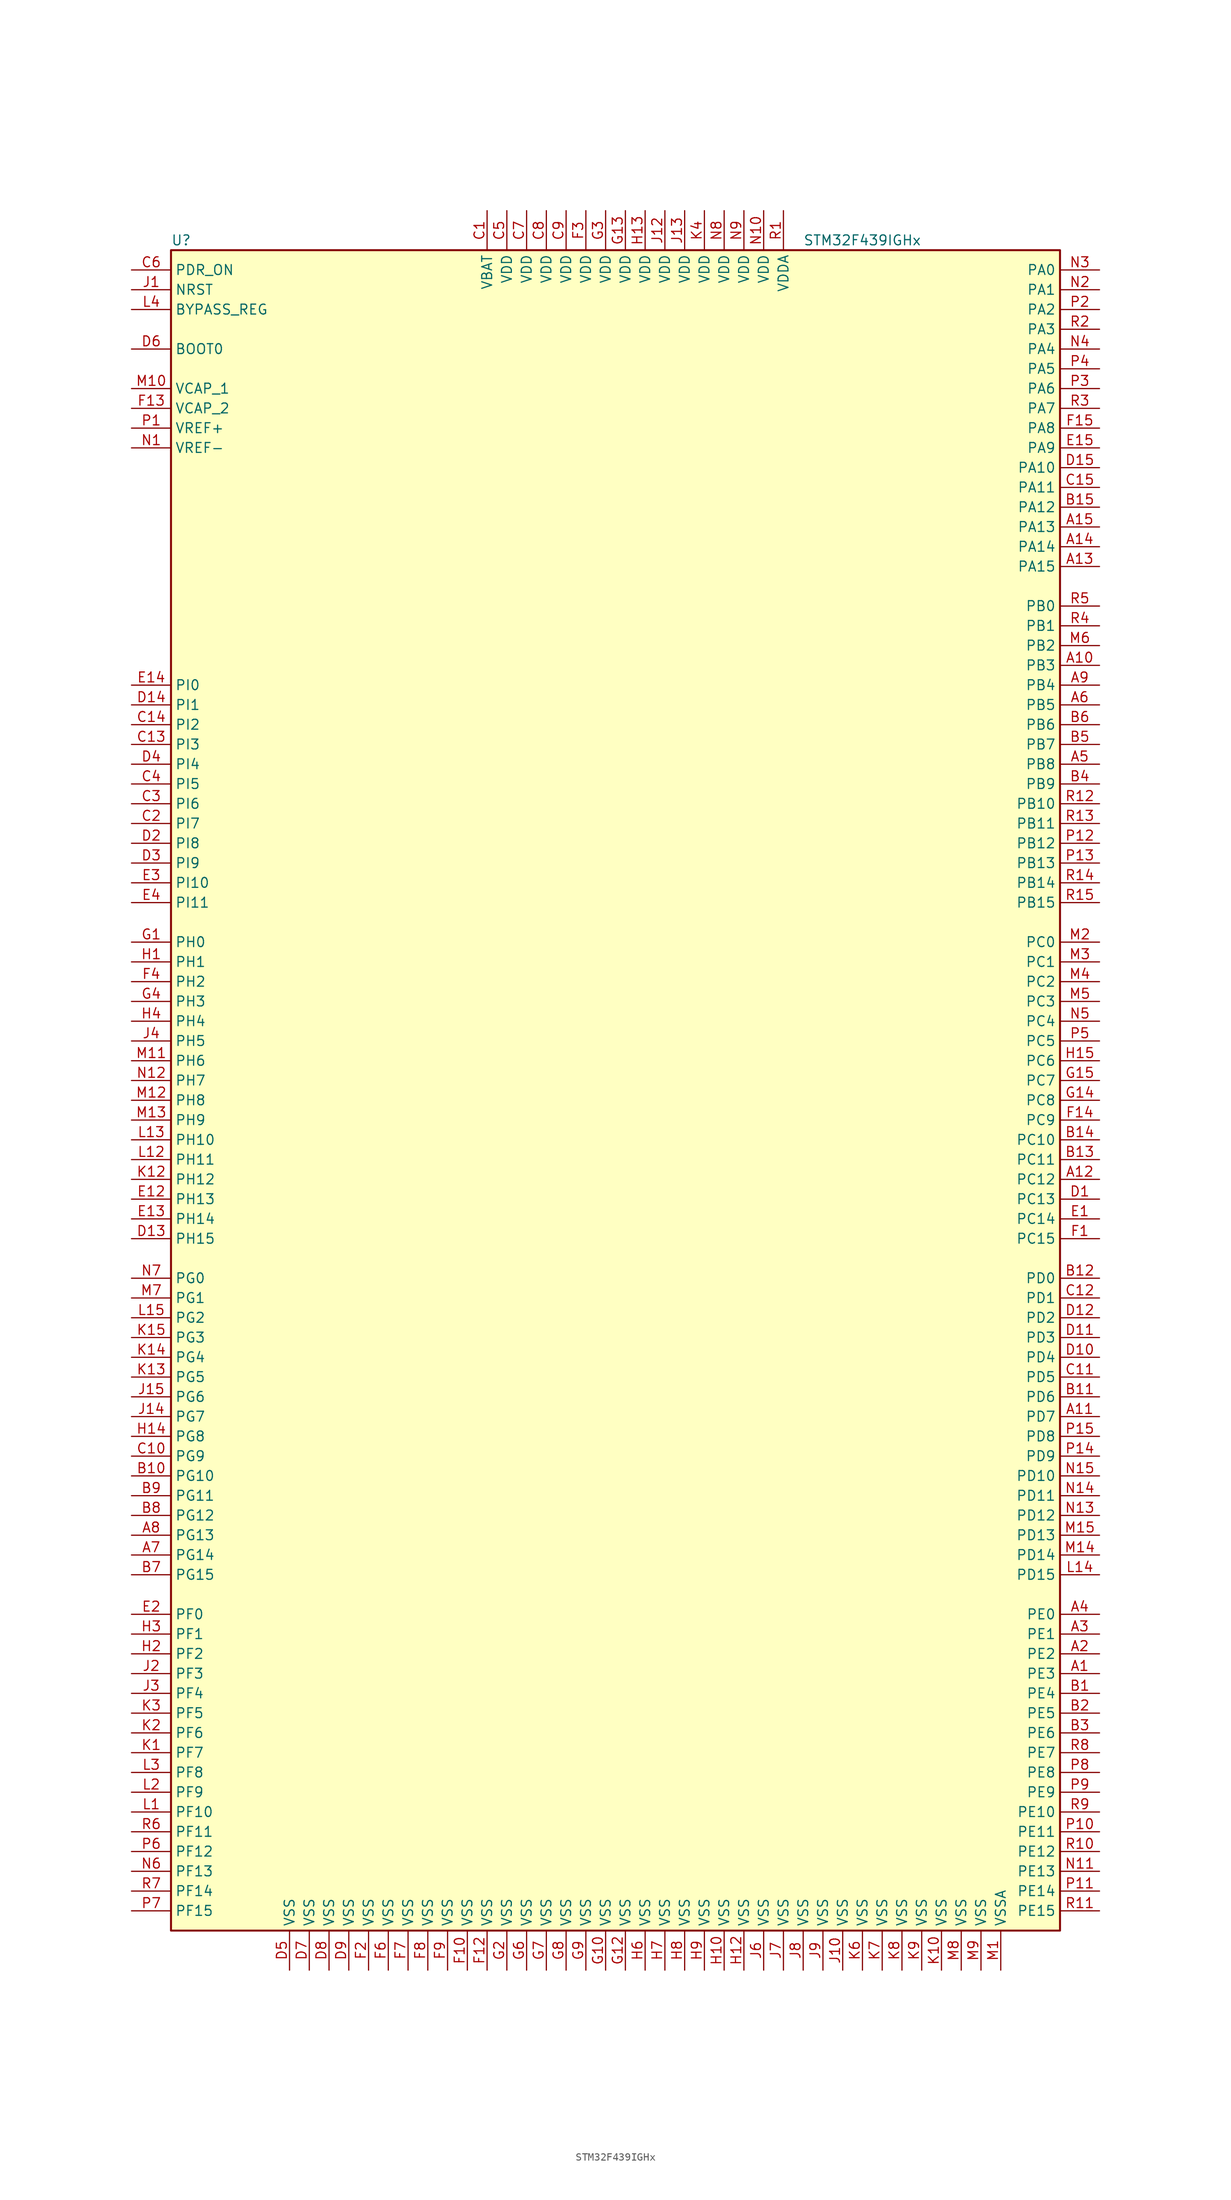
<source format=kicad_sym>
(kicad_symbol_lib
  (version 20201005)
  (generator kicad_symbol_editor)
  (symbol "STM32F439IGHx"
    (property "Reference" "U"
      (at -58.42 107.95 0)
      (effects (font (size 1.27 1.27)) (justify left)))
    (property "Value" "STM32F439IGHx"
      (at 22.86 107.95 0)
      (effects (font (size 1.27 1.27)) (justify left)))
    (symbol "STM32F439IGHx_0_1"
      (rectangle (start -58.42 -109.22) (end 55.88 106.68) (stroke (width 0.254)) (fill (type background))))
    (symbol "STM32F439IGHx_1_1"
      (pin bidirectional line (at 60.96 -76.2 180) (length 5.08) (name "PE3" (effects (font (size 1.27 1.27)))) (number "A1" (effects (font (size 1.27 1.27)))))
      (pin bidirectional line (at 60.96 53.34 180) (length 5.08) (name "PB3" (effects (font (size 1.27 1.27)))) (number "A10" (effects (font (size 1.27 1.27)))))
      (pin bidirectional line (at 60.96 -43.18 180) (length 5.08) (name "PD7" (effects (font (size 1.27 1.27)))) (number "A11" (effects (font (size 1.27 1.27)))))
      (pin bidirectional line (at 60.96 -12.7 180) (length 5.08) (name "PC12" (effects (font (size 1.27 1.27)))) (number "A12" (effects (font (size 1.27 1.27)))))
      (pin bidirectional line (at 60.96 66.04 180) (length 5.08) (name "PA15" (effects (font (size 1.27 1.27)))) (number "A13" (effects (font (size 1.27 1.27)))))
      (pin bidirectional line (at 60.96 68.58 180) (length 5.08) (name "PA14" (effects (font (size 1.27 1.27)))) (number "A14" (effects (font (size 1.27 1.27)))))
      (pin bidirectional line (at 60.96 71.12 180) (length 5.08) (name "PA13" (effects (font (size 1.27 1.27)))) (number "A15" (effects (font (size 1.27 1.27)))))
      (pin bidirectional line (at 60.96 -73.66 180) (length 5.08) (name "PE2" (effects (font (size 1.27 1.27)))) (number "A2" (effects (font (size 1.27 1.27)))))
      (pin bidirectional line (at 60.96 -71.12 180) (length 5.08) (name "PE1" (effects (font (size 1.27 1.27)))) (number "A3" (effects (font (size 1.27 1.27)))))
      (pin bidirectional line (at 60.96 -68.58 180) (length 5.08) (name "PE0" (effects (font (size 1.27 1.27)))) (number "A4" (effects (font (size 1.27 1.27)))))
      (pin bidirectional line (at 60.96 40.64 180) (length 5.08) (name "PB8" (effects (font (size 1.27 1.27)))) (number "A5" (effects (font (size 1.27 1.27)))))
      (pin bidirectional line (at 60.96 48.26 180) (length 5.08) (name "PB5" (effects (font (size 1.27 1.27)))) (number "A6" (effects (font (size 1.27 1.27)))))
      (pin bidirectional line (at -63.5 -60.96 0) (length 5.08) (name "PG14" (effects (font (size 1.27 1.27)))) (number "A7" (effects (font (size 1.27 1.27)))))
      (pin bidirectional line (at -63.5 -58.42 0) (length 5.08) (name "PG13" (effects (font (size 1.27 1.27)))) (number "A8" (effects (font (size 1.27 1.27)))))
      (pin bidirectional line (at 60.96 50.8 180) (length 5.08) (name "PB4" (effects (font (size 1.27 1.27)))) (number "A9" (effects (font (size 1.27 1.27)))))
      (pin bidirectional line (at 60.96 -78.74 180) (length 5.08) (name "PE4" (effects (font (size 1.27 1.27)))) (number "B1" (effects (font (size 1.27 1.27)))))
      (pin bidirectional line (at -63.5 -50.8 0) (length 5.08) (name "PG10" (effects (font (size 1.27 1.27)))) (number "B10" (effects (font (size 1.27 1.27)))))
      (pin bidirectional line (at 60.96 -40.64 180) (length 5.08) (name "PD6" (effects (font (size 1.27 1.27)))) (number "B11" (effects (font (size 1.27 1.27)))))
      (pin bidirectional line (at 60.96 -25.4 180) (length 5.08) (name "PD0" (effects (font (size 1.27 1.27)))) (number "B12" (effects (font (size 1.27 1.27)))))
      (pin bidirectional line (at 60.96 -10.16 180) (length 5.08) (name "PC11" (effects (font (size 1.27 1.27)))) (number "B13" (effects (font (size 1.27 1.27)))))
      (pin bidirectional line (at 60.96 -7.62 180) (length 5.08) (name "PC10" (effects (font (size 1.27 1.27)))) (number "B14" (effects (font (size 1.27 1.27)))))
      (pin bidirectional line (at 60.96 73.66 180) (length 5.08) (name "PA12" (effects (font (size 1.27 1.27)))) (number "B15" (effects (font (size 1.27 1.27)))))
      (pin bidirectional line (at 60.96 -81.28 180) (length 5.08) (name "PE5" (effects (font (size 1.27 1.27)))) (number "B2" (effects (font (size 1.27 1.27)))))
      (pin bidirectional line (at 60.96 -83.82 180) (length 5.08) (name "PE6" (effects (font (size 1.27 1.27)))) (number "B3" (effects (font (size 1.27 1.27)))))
      (pin bidirectional line (at 60.96 38.1 180) (length 5.08) (name "PB9" (effects (font (size 1.27 1.27)))) (number "B4" (effects (font (size 1.27 1.27)))))
      (pin bidirectional line (at 60.96 43.18 180) (length 5.08) (name "PB7" (effects (font (size 1.27 1.27)))) (number "B5" (effects (font (size 1.27 1.27)))))
      (pin bidirectional line (at 60.96 45.72 180) (length 5.08) (name "PB6" (effects (font (size 1.27 1.27)))) (number "B6" (effects (font (size 1.27 1.27)))))
      (pin bidirectional line (at -63.5 -63.5 0) (length 5.08) (name "PG15" (effects (font (size 1.27 1.27)))) (number "B7" (effects (font (size 1.27 1.27)))))
      (pin bidirectional line (at -63.5 -55.88 0) (length 5.08) (name "PG12" (effects (font (size 1.27 1.27)))) (number "B8" (effects (font (size 1.27 1.27)))))
      (pin bidirectional line (at -63.5 -53.34 0) (length 5.08) (name "PG11" (effects (font (size 1.27 1.27)))) (number "B9" (effects (font (size 1.27 1.27)))))
      (pin power_in line (at -17.78 111.76 270) (length 5.08) (name "VBAT" (effects (font (size 1.27 1.27)))) (number "C1" (effects (font (size 1.27 1.27)))))
      (pin bidirectional line (at -63.5 -48.26 0) (length 5.08) (name "PG9" (effects (font (size 1.27 1.27)))) (number "C10" (effects (font (size 1.27 1.27)))))
      (pin bidirectional line (at 60.96 -38.1 180) (length 5.08) (name "PD5" (effects (font (size 1.27 1.27)))) (number "C11" (effects (font (size 1.27 1.27)))))
      (pin bidirectional line (at 60.96 -27.94 180) (length 5.08) (name "PD1" (effects (font (size 1.27 1.27)))) (number "C12" (effects (font (size 1.27 1.27)))))
      (pin bidirectional line (at -63.5 43.18 0) (length 5.08) (name "PI3" (effects (font (size 1.27 1.27)))) (number "C13" (effects (font (size 1.27 1.27)))))
      (pin bidirectional line (at -63.5 45.72 0) (length 5.08) (name "PI2" (effects (font (size 1.27 1.27)))) (number "C14" (effects (font (size 1.27 1.27)))))
      (pin bidirectional line (at 60.96 76.2 180) (length 5.08) (name "PA11" (effects (font (size 1.27 1.27)))) (number "C15" (effects (font (size 1.27 1.27)))))
      (pin bidirectional line (at -63.5 33.02 0) (length 5.08) (name "PI7" (effects (font (size 1.27 1.27)))) (number "C2" (effects (font (size 1.27 1.27)))))
      (pin bidirectional line (at -63.5 35.56 0) (length 5.08) (name "PI6" (effects (font (size 1.27 1.27)))) (number "C3" (effects (font (size 1.27 1.27)))))
      (pin bidirectional line (at -63.5 38.1 0) (length 5.08) (name "PI5" (effects (font (size 1.27 1.27)))) (number "C4" (effects (font (size 1.27 1.27)))))
      (pin power_in line (at -15.24 111.76 270) (length 5.08) (name "VDD" (effects (font (size 1.27 1.27)))) (number "C5" (effects (font (size 1.27 1.27)))))
      (pin input line (at -63.5 104.14 0) (length 5.08) (name "PDR_ON" (effects (font (size 1.27 1.27)))) (number "C6" (effects (font (size 1.27 1.27)))))
      (pin power_in line (at -12.7 111.76 270) (length 5.08) (name "VDD" (effects (font (size 1.27 1.27)))) (number "C7" (effects (font (size 1.27 1.27)))))
      (pin power_in line (at -10.16 111.76 270) (length 5.08) (name "VDD" (effects (font (size 1.27 1.27)))) (number "C8" (effects (font (size 1.27 1.27)))))
      (pin power_in line (at -7.62 111.76 270) (length 5.08) (name "VDD" (effects (font (size 1.27 1.27)))) (number "C9" (effects (font (size 1.27 1.27)))))
      (pin bidirectional line (at 60.96 -15.24 180) (length 5.08) (name "PC13" (effects (font (size 1.27 1.27)))) (number "D1" (effects (font (size 1.27 1.27)))))
      (pin bidirectional line (at 60.96 -35.56 180) (length 5.08) (name "PD4" (effects (font (size 1.27 1.27)))) (number "D10" (effects (font (size 1.27 1.27)))))
      (pin bidirectional line (at 60.96 -33.02 180) (length 5.08) (name "PD3" (effects (font (size 1.27 1.27)))) (number "D11" (effects (font (size 1.27 1.27)))))
      (pin bidirectional line (at 60.96 -30.48 180) (length 5.08) (name "PD2" (effects (font (size 1.27 1.27)))) (number "D12" (effects (font (size 1.27 1.27)))))
      (pin bidirectional line (at -63.5 -20.32 0) (length 5.08) (name "PH15" (effects (font (size 1.27 1.27)))) (number "D13" (effects (font (size 1.27 1.27)))))
      (pin bidirectional line (at -63.5 48.26 0) (length 5.08) (name "PI1" (effects (font (size 1.27 1.27)))) (number "D14" (effects (font (size 1.27 1.27)))))
      (pin bidirectional line (at 60.96 78.74 180) (length 5.08) (name "PA10" (effects (font (size 1.27 1.27)))) (number "D15" (effects (font (size 1.27 1.27)))))
      (pin bidirectional line (at -63.5 30.48 0) (length 5.08) (name "PI8" (effects (font (size 1.27 1.27)))) (number "D2" (effects (font (size 1.27 1.27)))))
      (pin bidirectional line (at -63.5 27.94 0) (length 5.08) (name "PI9" (effects (font (size 1.27 1.27)))) (number "D3" (effects (font (size 1.27 1.27)))))
      (pin bidirectional line (at -63.5 40.64 0) (length 5.08) (name "PI4" (effects (font (size 1.27 1.27)))) (number "D4" (effects (font (size 1.27 1.27)))))
      (pin power_in line (at -43.18 -114.3 90) (length 5.08) (name "VSS" (effects (font (size 1.27 1.27)))) (number "D5" (effects (font (size 1.27 1.27)))))
      (pin input line (at -63.5 93.98 0) (length 5.08) (name "BOOT0" (effects (font (size 1.27 1.27)))) (number "D6" (effects (font (size 1.27 1.27)))))
      (pin power_in line (at -40.64 -114.3 90) (length 5.08) (name "VSS" (effects (font (size 1.27 1.27)))) (number "D7" (effects (font (size 1.27 1.27)))))
      (pin power_in line (at -38.1 -114.3 90) (length 5.08) (name "VSS" (effects (font (size 1.27 1.27)))) (number "D8" (effects (font (size 1.27 1.27)))))
      (pin power_in line (at -35.56 -114.3 90) (length 5.08) (name "VSS" (effects (font (size 1.27 1.27)))) (number "D9" (effects (font (size 1.27 1.27)))))
      (pin bidirectional line (at 60.96 -17.78 180) (length 5.08) (name "PC14" (effects (font (size 1.27 1.27)))) (number "E1" (effects (font (size 1.27 1.27)))))
      (pin bidirectional line (at -63.5 -15.24 0) (length 5.08) (name "PH13" (effects (font (size 1.27 1.27)))) (number "E12" (effects (font (size 1.27 1.27)))))
      (pin bidirectional line (at -63.5 -17.78 0) (length 5.08) (name "PH14" (effects (font (size 1.27 1.27)))) (number "E13" (effects (font (size 1.27 1.27)))))
      (pin bidirectional line (at -63.5 50.8 0) (length 5.08) (name "PI0" (effects (font (size 1.27 1.27)))) (number "E14" (effects (font (size 1.27 1.27)))))
      (pin bidirectional line (at 60.96 81.28 180) (length 5.08) (name "PA9" (effects (font (size 1.27 1.27)))) (number "E15" (effects (font (size 1.27 1.27)))))
      (pin bidirectional line (at -63.5 -68.58 0) (length 5.08) (name "PF0" (effects (font (size 1.27 1.27)))) (number "E2" (effects (font (size 1.27 1.27)))))
      (pin bidirectional line (at -63.5 25.4 0) (length 5.08) (name "PI10" (effects (font (size 1.27 1.27)))) (number "E3" (effects (font (size 1.27 1.27)))))
      (pin bidirectional line (at -63.5 22.86 0) (length 5.08) (name "PI11" (effects (font (size 1.27 1.27)))) (number "E4" (effects (font (size 1.27 1.27)))))
      (pin bidirectional line (at 60.96 -20.32 180) (length 5.08) (name "PC15" (effects (font (size 1.27 1.27)))) (number "F1" (effects (font (size 1.27 1.27)))))
      (pin power_in line (at -20.32 -114.3 90) (length 5.08) (name "VSS" (effects (font (size 1.27 1.27)))) (number "F10" (effects (font (size 1.27 1.27)))))
      (pin power_in line (at -17.78 -114.3 90) (length 5.08) (name "VSS" (effects (font (size 1.27 1.27)))) (number "F12" (effects (font (size 1.27 1.27)))))
      (pin power_in line (at -63.5 86.36 0) (length 5.08) (name "VCAP_2" (effects (font (size 1.27 1.27)))) (number "F13" (effects (font (size 1.27 1.27)))))
      (pin bidirectional line (at 60.96 -5.08 180) (length 5.08) (name "PC9" (effects (font (size 1.27 1.27)))) (number "F14" (effects (font (size 1.27 1.27)))))
      (pin bidirectional line (at 60.96 83.82 180) (length 5.08) (name "PA8" (effects (font (size 1.27 1.27)))) (number "F15" (effects (font (size 1.27 1.27)))))
      (pin power_in line (at -33.02 -114.3 90) (length 5.08) (name "VSS" (effects (font (size 1.27 1.27)))) (number "F2" (effects (font (size 1.27 1.27)))))
      (pin power_in line (at -5.08 111.76 270) (length 5.08) (name "VDD" (effects (font (size 1.27 1.27)))) (number "F3" (effects (font (size 1.27 1.27)))))
      (pin bidirectional line (at -63.5 12.7 0) (length 5.08) (name "PH2" (effects (font (size 1.27 1.27)))) (number "F4" (effects (font (size 1.27 1.27)))))
      (pin power_in line (at -30.48 -114.3 90) (length 5.08) (name "VSS" (effects (font (size 1.27 1.27)))) (number "F6" (effects (font (size 1.27 1.27)))))
      (pin power_in line (at -27.94 -114.3 90) (length 5.08) (name "VSS" (effects (font (size 1.27 1.27)))) (number "F7" (effects (font (size 1.27 1.27)))))
      (pin power_in line (at -25.4 -114.3 90) (length 5.08) (name "VSS" (effects (font (size 1.27 1.27)))) (number "F8" (effects (font (size 1.27 1.27)))))
      (pin power_in line (at -22.86 -114.3 90) (length 5.08) (name "VSS" (effects (font (size 1.27 1.27)))) (number "F9" (effects (font (size 1.27 1.27)))))
      (pin input line (at -63.5 17.78 0) (length 5.08) (name "PH0" (effects (font (size 1.27 1.27)))) (number "G1" (effects (font (size 1.27 1.27)))))
      (pin power_in line (at -2.54 -114.3 90) (length 5.08) (name "VSS" (effects (font (size 1.27 1.27)))) (number "G10" (effects (font (size 1.27 1.27)))))
      (pin power_in line (at 0 -114.3 90) (length 5.08) (name "VSS" (effects (font (size 1.27 1.27)))) (number "G12" (effects (font (size 1.27 1.27)))))
      (pin power_in line (at 0 111.76 270) (length 5.08) (name "VDD" (effects (font (size 1.27 1.27)))) (number "G13" (effects (font (size 1.27 1.27)))))
      (pin bidirectional line (at 60.96 -2.54 180) (length 5.08) (name "PC8" (effects (font (size 1.27 1.27)))) (number "G14" (effects (font (size 1.27 1.27)))))
      (pin bidirectional line (at 60.96 0 180) (length 5.08) (name "PC7" (effects (font (size 1.27 1.27)))) (number "G15" (effects (font (size 1.27 1.27)))))
      (pin power_in line (at -15.24 -114.3 90) (length 5.08) (name "VSS" (effects (font (size 1.27 1.27)))) (number "G2" (effects (font (size 1.27 1.27)))))
      (pin power_in line (at -2.54 111.76 270) (length 5.08) (name "VDD" (effects (font (size 1.27 1.27)))) (number "G3" (effects (font (size 1.27 1.27)))))
      (pin bidirectional line (at -63.5 10.16 0) (length 5.08) (name "PH3" (effects (font (size 1.27 1.27)))) (number "G4" (effects (font (size 1.27 1.27)))))
      (pin power_in line (at -12.7 -114.3 90) (length 5.08) (name "VSS" (effects (font (size 1.27 1.27)))) (number "G6" (effects (font (size 1.27 1.27)))))
      (pin power_in line (at -10.16 -114.3 90) (length 5.08) (name "VSS" (effects (font (size 1.27 1.27)))) (number "G7" (effects (font (size 1.27 1.27)))))
      (pin power_in line (at -7.62 -114.3 90) (length 5.08) (name "VSS" (effects (font (size 1.27 1.27)))) (number "G8" (effects (font (size 1.27 1.27)))))
      (pin power_in line (at -5.08 -114.3 90) (length 5.08) (name "VSS" (effects (font (size 1.27 1.27)))) (number "G9" (effects (font (size 1.27 1.27)))))
      (pin input line (at -63.5 15.24 0) (length 5.08) (name "PH1" (effects (font (size 1.27 1.27)))) (number "H1" (effects (font (size 1.27 1.27)))))
      (pin power_in line (at 12.7 -114.3 90) (length 5.08) (name "VSS" (effects (font (size 1.27 1.27)))) (number "H10" (effects (font (size 1.27 1.27)))))
      (pin power_in line (at 15.24 -114.3 90) (length 5.08) (name "VSS" (effects (font (size 1.27 1.27)))) (number "H12" (effects (font (size 1.27 1.27)))))
      (pin power_in line (at 2.54 111.76 270) (length 5.08) (name "VDD" (effects (font (size 1.27 1.27)))) (number "H13" (effects (font (size 1.27 1.27)))))
      (pin bidirectional line (at -63.5 -45.72 0) (length 5.08) (name "PG8" (effects (font (size 1.27 1.27)))) (number "H14" (effects (font (size 1.27 1.27)))))
      (pin bidirectional line (at 60.96 2.54 180) (length 5.08) (name "PC6" (effects (font (size 1.27 1.27)))) (number "H15" (effects (font (size 1.27 1.27)))))
      (pin bidirectional line (at -63.5 -73.66 0) (length 5.08) (name "PF2" (effects (font (size 1.27 1.27)))) (number "H2" (effects (font (size 1.27 1.27)))))
      (pin bidirectional line (at -63.5 -71.12 0) (length 5.08) (name "PF1" (effects (font (size 1.27 1.27)))) (number "H3" (effects (font (size 1.27 1.27)))))
      (pin bidirectional line (at -63.5 7.62 0) (length 5.08) (name "PH4" (effects (font (size 1.27 1.27)))) (number "H4" (effects (font (size 1.27 1.27)))))
      (pin power_in line (at 2.54 -114.3 90) (length 5.08) (name "VSS" (effects (font (size 1.27 1.27)))) (number "H6" (effects (font (size 1.27 1.27)))))
      (pin power_in line (at 5.08 -114.3 90) (length 5.08) (name "VSS" (effects (font (size 1.27 1.27)))) (number "H7" (effects (font (size 1.27 1.27)))))
      (pin power_in line (at 7.62 -114.3 90) (length 5.08) (name "VSS" (effects (font (size 1.27 1.27)))) (number "H8" (effects (font (size 1.27 1.27)))))
      (pin power_in line (at 10.16 -114.3 90) (length 5.08) (name "VSS" (effects (font (size 1.27 1.27)))) (number "H9" (effects (font (size 1.27 1.27)))))
      (pin input line (at -63.5 101.6 0) (length 5.08) (name "NRST" (effects (font (size 1.27 1.27)))) (number "J1" (effects (font (size 1.27 1.27)))))
      (pin power_in line (at 27.94 -114.3 90) (length 5.08) (name "VSS" (effects (font (size 1.27 1.27)))) (number "J10" (effects (font (size 1.27 1.27)))))
      (pin power_in line (at 5.08 111.76 270) (length 5.08) (name "VDD" (effects (font (size 1.27 1.27)))) (number "J12" (effects (font (size 1.27 1.27)))))
      (pin power_in line (at 7.62 111.76 270) (length 5.08) (name "VDD" (effects (font (size 1.27 1.27)))) (number "J13" (effects (font (size 1.27 1.27)))))
      (pin bidirectional line (at -63.5 -43.18 0) (length 5.08) (name "PG7" (effects (font (size 1.27 1.27)))) (number "J14" (effects (font (size 1.27 1.27)))))
      (pin bidirectional line (at -63.5 -40.64 0) (length 5.08) (name "PG6" (effects (font (size 1.27 1.27)))) (number "J15" (effects (font (size 1.27 1.27)))))
      (pin bidirectional line (at -63.5 -76.2 0) (length 5.08) (name "PF3" (effects (font (size 1.27 1.27)))) (number "J2" (effects (font (size 1.27 1.27)))))
      (pin bidirectional line (at -63.5 -78.74 0) (length 5.08) (name "PF4" (effects (font (size 1.27 1.27)))) (number "J3" (effects (font (size 1.27 1.27)))))
      (pin bidirectional line (at -63.5 5.08 0) (length 5.08) (name "PH5" (effects (font (size 1.27 1.27)))) (number "J4" (effects (font (size 1.27 1.27)))))
      (pin power_in line (at 17.78 -114.3 90) (length 5.08) (name "VSS" (effects (font (size 1.27 1.27)))) (number "J6" (effects (font (size 1.27 1.27)))))
      (pin power_in line (at 20.32 -114.3 90) (length 5.08) (name "VSS" (effects (font (size 1.27 1.27)))) (number "J7" (effects (font (size 1.27 1.27)))))
      (pin power_in line (at 22.86 -114.3 90) (length 5.08) (name "VSS" (effects (font (size 1.27 1.27)))) (number "J8" (effects (font (size 1.27 1.27)))))
      (pin power_in line (at 25.4 -114.3 90) (length 5.08) (name "VSS" (effects (font (size 1.27 1.27)))) (number "J9" (effects (font (size 1.27 1.27)))))
      (pin bidirectional line (at -63.5 -86.36 0) (length 5.08) (name "PF7" (effects (font (size 1.27 1.27)))) (number "K1" (effects (font (size 1.27 1.27)))))
      (pin power_in line (at 40.64 -114.3 90) (length 5.08) (name "VSS" (effects (font (size 1.27 1.27)))) (number "K10" (effects (font (size 1.27 1.27)))))
      (pin bidirectional line (at -63.5 -12.7 0) (length 5.08) (name "PH12" (effects (font (size 1.27 1.27)))) (number "K12" (effects (font (size 1.27 1.27)))))
      (pin bidirectional line (at -63.5 -38.1 0) (length 5.08) (name "PG5" (effects (font (size 1.27 1.27)))) (number "K13" (effects (font (size 1.27 1.27)))))
      (pin bidirectional line (at -63.5 -35.56 0) (length 5.08) (name "PG4" (effects (font (size 1.27 1.27)))) (number "K14" (effects (font (size 1.27 1.27)))))
      (pin bidirectional line (at -63.5 -33.02 0) (length 5.08) (name "PG3" (effects (font (size 1.27 1.27)))) (number "K15" (effects (font (size 1.27 1.27)))))
      (pin bidirectional line (at -63.5 -83.82 0) (length 5.08) (name "PF6" (effects (font (size 1.27 1.27)))) (number "K2" (effects (font (size 1.27 1.27)))))
      (pin bidirectional line (at -63.5 -81.28 0) (length 5.08) (name "PF5" (effects (font (size 1.27 1.27)))) (number "K3" (effects (font (size 1.27 1.27)))))
      (pin power_in line (at 10.16 111.76 270) (length 5.08) (name "VDD" (effects (font (size 1.27 1.27)))) (number "K4" (effects (font (size 1.27 1.27)))))
      (pin power_in line (at 30.48 -114.3 90) (length 5.08) (name "VSS" (effects (font (size 1.27 1.27)))) (number "K6" (effects (font (size 1.27 1.27)))))
      (pin power_in line (at 33.02 -114.3 90) (length 5.08) (name "VSS" (effects (font (size 1.27 1.27)))) (number "K7" (effects (font (size 1.27 1.27)))))
      (pin power_in line (at 35.56 -114.3 90) (length 5.08) (name "VSS" (effects (font (size 1.27 1.27)))) (number "K8" (effects (font (size 1.27 1.27)))))
      (pin power_in line (at 38.1 -114.3 90) (length 5.08) (name "VSS" (effects (font (size 1.27 1.27)))) (number "K9" (effects (font (size 1.27 1.27)))))
      (pin bidirectional line (at -63.5 -93.98 0) (length 5.08) (name "PF10" (effects (font (size 1.27 1.27)))) (number "L1" (effects (font (size 1.27 1.27)))))
      (pin bidirectional line (at -63.5 -10.16 0) (length 5.08) (name "PH11" (effects (font (size 1.27 1.27)))) (number "L12" (effects (font (size 1.27 1.27)))))
      (pin bidirectional line (at -63.5 -7.62 0) (length 5.08) (name "PH10" (effects (font (size 1.27 1.27)))) (number "L13" (effects (font (size 1.27 1.27)))))
      (pin bidirectional line (at 60.96 -63.5 180) (length 5.08) (name "PD15" (effects (font (size 1.27 1.27)))) (number "L14" (effects (font (size 1.27 1.27)))))
      (pin bidirectional line (at -63.5 -30.48 0) (length 5.08) (name "PG2" (effects (font (size 1.27 1.27)))) (number "L15" (effects (font (size 1.27 1.27)))))
      (pin bidirectional line (at -63.5 -91.44 0) (length 5.08) (name "PF9" (effects (font (size 1.27 1.27)))) (number "L2" (effects (font (size 1.27 1.27)))))
      (pin bidirectional line (at -63.5 -88.9 0) (length 5.08) (name "PF8" (effects (font (size 1.27 1.27)))) (number "L3" (effects (font (size 1.27 1.27)))))
      (pin input line (at -63.5 99.06 0) (length 5.08) (name "BYPASS_REG" (effects (font (size 1.27 1.27)))) (number "L4" (effects (font (size 1.27 1.27)))))
      (pin power_in line (at 48.26 -114.3 90) (length 5.08) (name "VSSA" (effects (font (size 1.27 1.27)))) (number "M1" (effects (font (size 1.27 1.27)))))
      (pin power_in line (at -63.5 88.9 0) (length 5.08) (name "VCAP_1" (effects (font (size 1.27 1.27)))) (number "M10" (effects (font (size 1.27 1.27)))))
      (pin bidirectional line (at -63.5 2.54 0) (length 5.08) (name "PH6" (effects (font (size 1.27 1.27)))) (number "M11" (effects (font (size 1.27 1.27)))))
      (pin bidirectional line (at -63.5 -2.54 0) (length 5.08) (name "PH8" (effects (font (size 1.27 1.27)))) (number "M12" (effects (font (size 1.27 1.27)))))
      (pin bidirectional line (at -63.5 -5.08 0) (length 5.08) (name "PH9" (effects (font (size 1.27 1.27)))) (number "M13" (effects (font (size 1.27 1.27)))))
      (pin bidirectional line (at 60.96 -60.96 180) (length 5.08) (name "PD14" (effects (font (size 1.27 1.27)))) (number "M14" (effects (font (size 1.27 1.27)))))
      (pin bidirectional line (at 60.96 -58.42 180) (length 5.08) (name "PD13" (effects (font (size 1.27 1.27)))) (number "M15" (effects (font (size 1.27 1.27)))))
      (pin bidirectional line (at 60.96 17.78 180) (length 5.08) (name "PC0" (effects (font (size 1.27 1.27)))) (number "M2" (effects (font (size 1.27 1.27)))))
      (pin bidirectional line (at 60.96 15.24 180) (length 5.08) (name "PC1" (effects (font (size 1.27 1.27)))) (number "M3" (effects (font (size 1.27 1.27)))))
      (pin bidirectional line (at 60.96 12.7 180) (length 5.08) (name "PC2" (effects (font (size 1.27 1.27)))) (number "M4" (effects (font (size 1.27 1.27)))))
      (pin bidirectional line (at 60.96 10.16 180) (length 5.08) (name "PC3" (effects (font (size 1.27 1.27)))) (number "M5" (effects (font (size 1.27 1.27)))))
      (pin bidirectional line (at 60.96 55.88 180) (length 5.08) (name "PB2" (effects (font (size 1.27 1.27)))) (number "M6" (effects (font (size 1.27 1.27)))))
      (pin bidirectional line (at -63.5 -27.94 0) (length 5.08) (name "PG1" (effects (font (size 1.27 1.27)))) (number "M7" (effects (font (size 1.27 1.27)))))
      (pin power_in line (at 43.18 -114.3 90) (length 5.08) (name "VSS" (effects (font (size 1.27 1.27)))) (number "M8" (effects (font (size 1.27 1.27)))))
      (pin power_in line (at 45.72 -114.3 90) (length 5.08) (name "VSS" (effects (font (size 1.27 1.27)))) (number "M9" (effects (font (size 1.27 1.27)))))
      (pin power_in line (at -63.5 81.28 0) (length 5.08) (name "VREF-" (effects (font (size 1.27 1.27)))) (number "N1" (effects (font (size 1.27 1.27)))))
      (pin power_in line (at 17.78 111.76 270) (length 5.08) (name "VDD" (effects (font (size 1.27 1.27)))) (number "N10" (effects (font (size 1.27 1.27)))))
      (pin bidirectional line (at 60.96 -101.6 180) (length 5.08) (name "PE13" (effects (font (size 1.27 1.27)))) (number "N11" (effects (font (size 1.27 1.27)))))
      (pin bidirectional line (at -63.5 0 0) (length 5.08) (name "PH7" (effects (font (size 1.27 1.27)))) (number "N12" (effects (font (size 1.27 1.27)))))
      (pin bidirectional line (at 60.96 -55.88 180) (length 5.08) (name "PD12" (effects (font (size 1.27 1.27)))) (number "N13" (effects (font (size 1.27 1.27)))))
      (pin bidirectional line (at 60.96 -53.34 180) (length 5.08) (name "PD11" (effects (font (size 1.27 1.27)))) (number "N14" (effects (font (size 1.27 1.27)))))
      (pin bidirectional line (at 60.96 -50.8 180) (length 5.08) (name "PD10" (effects (font (size 1.27 1.27)))) (number "N15" (effects (font (size 1.27 1.27)))))
      (pin bidirectional line (at 60.96 101.6 180) (length 5.08) (name "PA1" (effects (font (size 1.27 1.27)))) (number "N2" (effects (font (size 1.27 1.27)))))
      (pin bidirectional line (at 60.96 104.14 180) (length 5.08) (name "PA0" (effects (font (size 1.27 1.27)))) (number "N3" (effects (font (size 1.27 1.27)))))
      (pin bidirectional line (at 60.96 93.98 180) (length 5.08) (name "PA4" (effects (font (size 1.27 1.27)))) (number "N4" (effects (font (size 1.27 1.27)))))
      (pin bidirectional line (at 60.96 7.62 180) (length 5.08) (name "PC4" (effects (font (size 1.27 1.27)))) (number "N5" (effects (font (size 1.27 1.27)))))
      (pin bidirectional line (at -63.5 -101.6 0) (length 5.08) (name "PF13" (effects (font (size 1.27 1.27)))) (number "N6" (effects (font (size 1.27 1.27)))))
      (pin bidirectional line (at -63.5 -25.4 0) (length 5.08) (name "PG0" (effects (font (size 1.27 1.27)))) (number "N7" (effects (font (size 1.27 1.27)))))
      (pin power_in line (at 12.7 111.76 270) (length 5.08) (name "VDD" (effects (font (size 1.27 1.27)))) (number "N8" (effects (font (size 1.27 1.27)))))
      (pin power_in line (at 15.24 111.76 270) (length 5.08) (name "VDD" (effects (font (size 1.27 1.27)))) (number "N9" (effects (font (size 1.27 1.27)))))
      (pin power_in line (at -63.5 83.82 0) (length 5.08) (name "VREF+" (effects (font (size 1.27 1.27)))) (number "P1" (effects (font (size 1.27 1.27)))))
      (pin bidirectional line (at 60.96 -96.52 180) (length 5.08) (name "PE11" (effects (font (size 1.27 1.27)))) (number "P10" (effects (font (size 1.27 1.27)))))
      (pin bidirectional line (at 60.96 -104.14 180) (length 5.08) (name "PE14" (effects (font (size 1.27 1.27)))) (number "P11" (effects (font (size 1.27 1.27)))))
      (pin bidirectional line (at 60.96 30.48 180) (length 5.08) (name "PB12" (effects (font (size 1.27 1.27)))) (number "P12" (effects (font (size 1.27 1.27)))))
      (pin bidirectional line (at 60.96 27.94 180) (length 5.08) (name "PB13" (effects (font (size 1.27 1.27)))) (number "P13" (effects (font (size 1.27 1.27)))))
      (pin bidirectional line (at 60.96 -48.26 180) (length 5.08) (name "PD9" (effects (font (size 1.27 1.27)))) (number "P14" (effects (font (size 1.27 1.27)))))
      (pin bidirectional line (at 60.96 -45.72 180) (length 5.08) (name "PD8" (effects (font (size 1.27 1.27)))) (number "P15" (effects (font (size 1.27 1.27)))))
      (pin bidirectional line (at 60.96 99.06 180) (length 5.08) (name "PA2" (effects (font (size 1.27 1.27)))) (number "P2" (effects (font (size 1.27 1.27)))))
      (pin bidirectional line (at 60.96 88.9 180) (length 5.08) (name "PA6" (effects (font (size 1.27 1.27)))) (number "P3" (effects (font (size 1.27 1.27)))))
      (pin bidirectional line (at 60.96 91.44 180) (length 5.08) (name "PA5" (effects (font (size 1.27 1.27)))) (number "P4" (effects (font (size 1.27 1.27)))))
      (pin bidirectional line (at 60.96 5.08 180) (length 5.08) (name "PC5" (effects (font (size 1.27 1.27)))) (number "P5" (effects (font (size 1.27 1.27)))))
      (pin bidirectional line (at -63.5 -99.06 0) (length 5.08) (name "PF12" (effects (font (size 1.27 1.27)))) (number "P6" (effects (font (size 1.27 1.27)))))
      (pin bidirectional line (at -63.5 -106.68 0) (length 5.08) (name "PF15" (effects (font (size 1.27 1.27)))) (number "P7" (effects (font (size 1.27 1.27)))))
      (pin bidirectional line (at 60.96 -88.9 180) (length 5.08) (name "PE8" (effects (font (size 1.27 1.27)))) (number "P8" (effects (font (size 1.27 1.27)))))
      (pin bidirectional line (at 60.96 -91.44 180) (length 5.08) (name "PE9" (effects (font (size 1.27 1.27)))) (number "P9" (effects (font (size 1.27 1.27)))))
      (pin power_in line (at 20.32 111.76 270) (length 5.08) (name "VDDA" (effects (font (size 1.27 1.27)))) (number "R1" (effects (font (size 1.27 1.27)))))
      (pin bidirectional line (at 60.96 -99.06 180) (length 5.08) (name "PE12" (effects (font (size 1.27 1.27)))) (number "R10" (effects (font (size 1.27 1.27)))))
      (pin bidirectional line (at 60.96 -106.68 180) (length 5.08) (name "PE15" (effects (font (size 1.27 1.27)))) (number "R11" (effects (font (size 1.27 1.27)))))
      (pin bidirectional line (at 60.96 35.56 180) (length 5.08) (name "PB10" (effects (font (size 1.27 1.27)))) (number "R12" (effects (font (size 1.27 1.27)))))
      (pin bidirectional line (at 60.96 33.02 180) (length 5.08) (name "PB11" (effects (font (size 1.27 1.27)))) (number "R13" (effects (font (size 1.27 1.27)))))
      (pin bidirectional line (at 60.96 25.4 180) (length 5.08) (name "PB14" (effects (font (size 1.27 1.27)))) (number "R14" (effects (font (size 1.27 1.27)))))
      (pin bidirectional line (at 60.96 22.86 180) (length 5.08) (name "PB15" (effects (font (size 1.27 1.27)))) (number "R15" (effects (font (size 1.27 1.27)))))
      (pin bidirectional line (at 60.96 96.52 180) (length 5.08) (name "PA3" (effects (font (size 1.27 1.27)))) (number "R2" (effects (font (size 1.27 1.27)))))
      (pin bidirectional line (at 60.96 86.36 180) (length 5.08) (name "PA7" (effects (font (size 1.27 1.27)))) (number "R3" (effects (font (size 1.27 1.27)))))
      (pin bidirectional line (at 60.96 58.42 180) (length 5.08) (name "PB1" (effects (font (size 1.27 1.27)))) (number "R4" (effects (font (size 1.27 1.27)))))
      (pin bidirectional line (at 60.96 60.96 180) (length 5.08) (name "PB0" (effects (font (size 1.27 1.27)))) (number "R5" (effects (font (size 1.27 1.27)))))
      (pin bidirectional line (at -63.5 -96.52 0) (length 5.08) (name "PF11" (effects (font (size 1.27 1.27)))) (number "R6" (effects (font (size 1.27 1.27)))))
      (pin bidirectional line (at -63.5 -104.14 0) (length 5.08) (name "PF14" (effects (font (size 1.27 1.27)))) (number "R7" (effects (font (size 1.27 1.27)))))
      (pin bidirectional line (at 60.96 -86.36 180) (length 5.08) (name "PE7" (effects (font (size 1.27 1.27)))) (number "R8" (effects (font (size 1.27 1.27)))))
      (pin bidirectional line (at 60.96 -93.98 180) (length 5.08) (name "PE10" (effects (font (size 1.27 1.27)))) (number "R9" (effects (font (size 1.27 1.27))))))))
</source>
